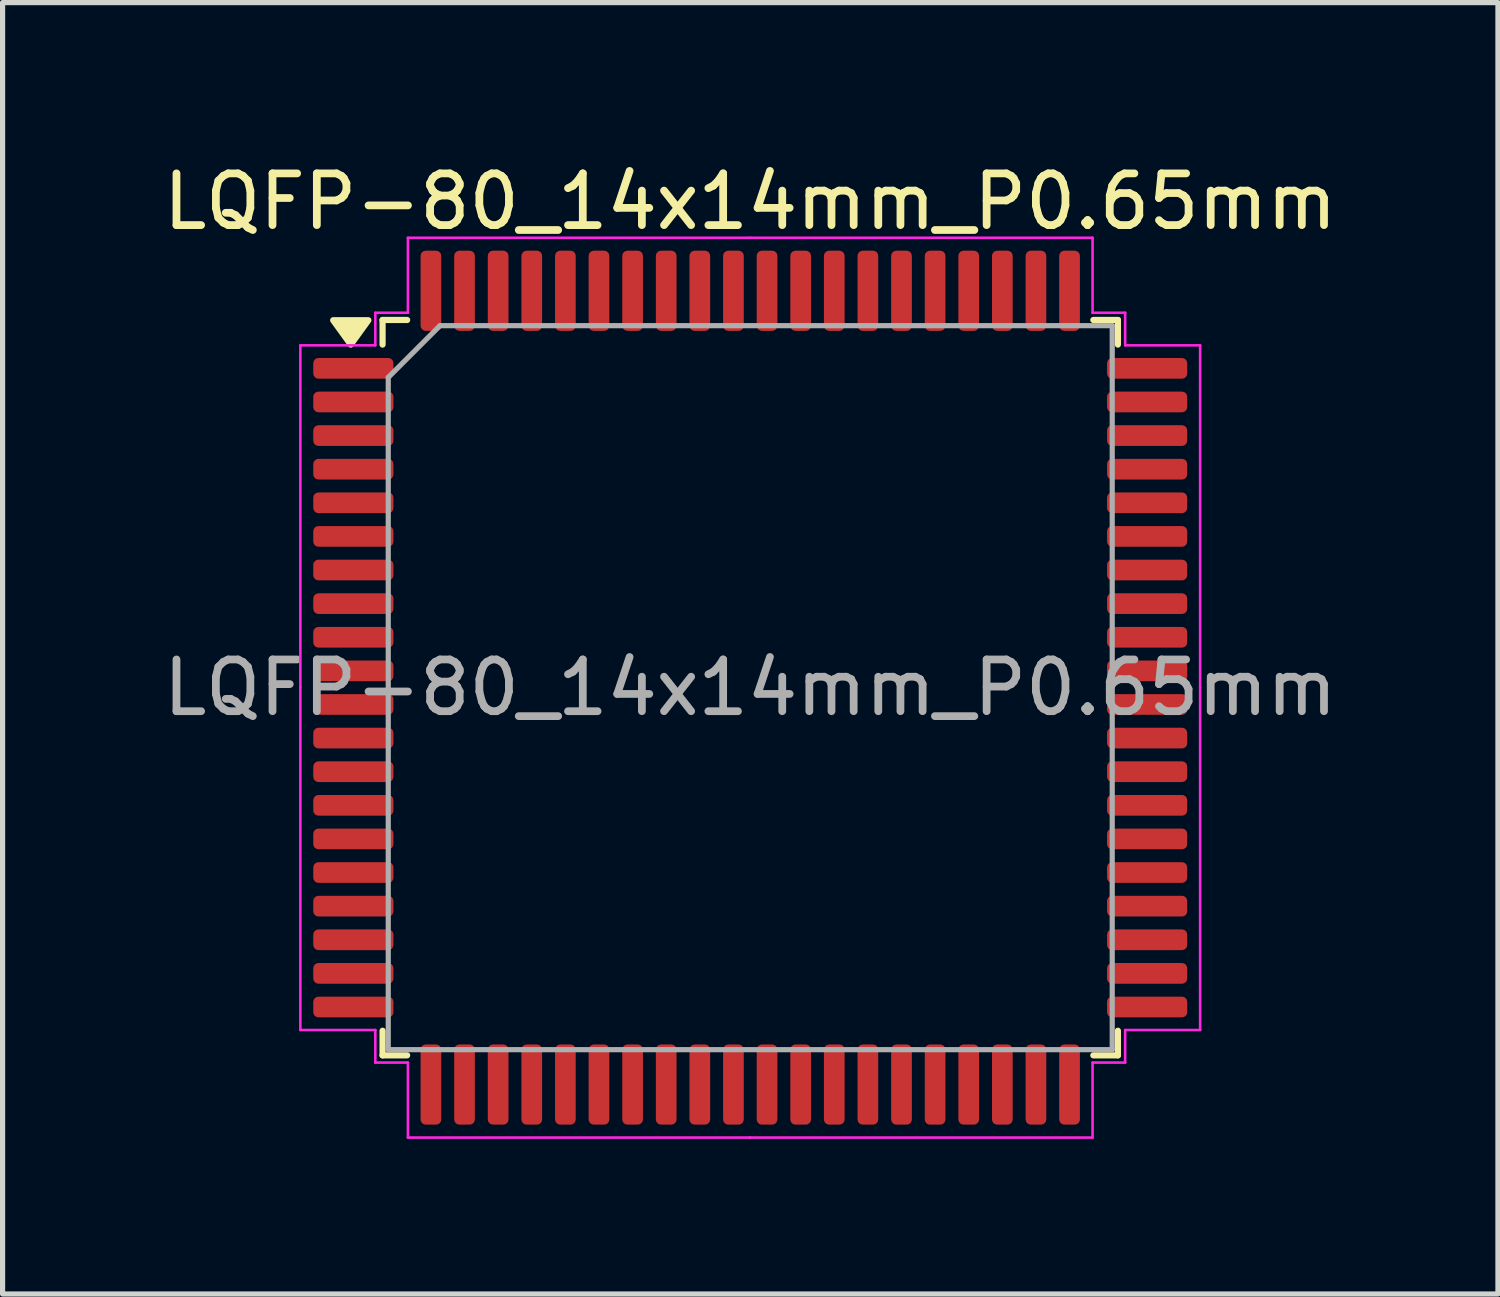
<source format=kicad_pcb>
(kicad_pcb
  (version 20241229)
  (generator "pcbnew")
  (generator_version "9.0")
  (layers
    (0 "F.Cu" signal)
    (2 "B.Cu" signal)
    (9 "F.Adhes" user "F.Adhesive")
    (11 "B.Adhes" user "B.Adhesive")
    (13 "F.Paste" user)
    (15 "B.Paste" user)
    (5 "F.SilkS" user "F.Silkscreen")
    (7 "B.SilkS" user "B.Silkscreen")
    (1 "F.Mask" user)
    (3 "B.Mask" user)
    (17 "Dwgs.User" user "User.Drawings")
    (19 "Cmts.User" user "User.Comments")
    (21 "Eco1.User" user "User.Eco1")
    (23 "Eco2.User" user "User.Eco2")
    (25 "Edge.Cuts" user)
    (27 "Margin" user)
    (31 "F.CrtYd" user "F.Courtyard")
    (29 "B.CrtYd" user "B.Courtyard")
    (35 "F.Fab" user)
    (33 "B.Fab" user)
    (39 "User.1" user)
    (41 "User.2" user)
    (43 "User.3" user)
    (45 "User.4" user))
  (footprint "LQFP-80_14x14mm_P0.65mm"
    (layer "F.Cu")
    (at 11.458 10.248)
    (property "Reference" "LQFP-80_14x14mm_P0.65mm" (at 0 -9.4 0) (layer "F.SilkS") (effects (font (size 1 1) (thickness 0.15))))
    (attr smd)
    (fp_line (start -7.11 -7.11) (end -7.11 -6.635) (stroke (width 0.12) (type solid)) (layer "F.SilkS"))
    (fp_line (start -7.11 7.11) (end -7.11 6.635) (stroke (width 0.12) (type solid)) (layer "F.SilkS"))
    (fp_line (start -6.635 -7.11) (end -7.11 -7.11) (stroke (width 0.12) (type solid)) (layer "F.SilkS"))
    (fp_line (start -6.635 7.11) (end -7.11 7.11) (stroke (width 0.12) (type solid)) (layer "F.SilkS"))
    (fp_line (start 6.635 -7.11) (end 7.11 -7.11) (stroke (width 0.12) (type solid)) (layer "F.SilkS"))
    (fp_line (start 6.635 7.11) (end 7.11 7.11) (stroke (width 0.12) (type solid)) (layer "F.SilkS"))
    (fp_line (start 7.11 -7.11) (end 7.11 -6.635) (stroke (width 0.12) (type solid)) (layer "F.SilkS"))
    (fp_line (start 7.11 7.11) (end 7.11 6.635) (stroke (width 0.12) (type solid)) (layer "F.SilkS"))
    (fp_poly (pts (xy -7.725 -6.635) (xy -8.065 -7.105) (xy -7.385 -7.105) (xy -7.725 -6.635)) (stroke (width 0.12) (type solid)) (fill yes) (layer "F.SilkS"))
    (fp_line (start -8.7 -6.62) (end -8.7 0) (stroke (width 0.05) (type solid)) (layer "F.CrtYd"))
    (fp_line (start -8.7 6.62) (end -8.7 0) (stroke (width 0.05) (type solid)) (layer "F.CrtYd"))
    (fp_line (start -7.25 -7.25) (end -7.25 -6.62) (stroke (width 0.05) (type solid)) (layer "F.CrtYd"))
    (fp_line (start -7.25 -6.62) (end -8.7 -6.62) (stroke (width 0.05) (type solid)) (layer "F.CrtYd"))
    (fp_line (start -7.25 6.62) (end -8.7 6.62) (stroke (width 0.05) (type solid)) (layer "F.CrtYd"))
    (fp_line (start -7.25 7.25) (end -7.25 6.62) (stroke (width 0.05) (type solid)) (layer "F.CrtYd"))
    (fp_line (start -6.62 -8.7) (end -6.62 -7.25) (stroke (width 0.05) (type solid)) (layer "F.CrtYd"))
    (fp_line (start -6.62 -7.25) (end -7.25 -7.25) (stroke (width 0.05) (type solid)) (layer "F.CrtYd"))
    (fp_line (start -6.62 7.25) (end -7.25 7.25) (stroke (width 0.05) (type solid)) (layer "F.CrtYd"))
    (fp_line (start -6.62 8.7) (end -6.62 7.25) (stroke (width 0.05) (type solid)) (layer "F.CrtYd"))
    (fp_line (start 0 -8.7) (end -6.62 -8.7) (stroke (width 0.05) (type solid)) (layer "F.CrtYd"))
    (fp_line (start 0 -8.7) (end 6.62 -8.7) (stroke (width 0.05) (type solid)) (layer "F.CrtYd"))
    (fp_line (start 0 8.7) (end -6.62 8.7) (stroke (width 0.05) (type solid)) (layer "F.CrtYd"))
    (fp_line (start 0 8.7) (end 6.62 8.7) (stroke (width 0.05) (type solid)) (layer "F.CrtYd"))
    (fp_line (start 6.62 -8.7) (end 6.62 -7.25) (stroke (width 0.05) (type solid)) (layer "F.CrtYd"))
    (fp_line (start 6.62 -7.25) (end 7.25 -7.25) (stroke (width 0.05) (type solid)) (layer "F.CrtYd"))
    (fp_line (start 6.62 7.25) (end 7.25 7.25) (stroke (width 0.05) (type solid)) (layer "F.CrtYd"))
    (fp_line (start 6.62 8.7) (end 6.62 7.25) (stroke (width 0.05) (type solid)) (layer "F.CrtYd"))
    (fp_line (start 7.25 -7.25) (end 7.25 -6.62) (stroke (width 0.05) (type solid)) (layer "F.CrtYd"))
    (fp_line (start 7.25 -6.62) (end 8.7 -6.62) (stroke (width 0.05) (type solid)) (layer "F.CrtYd"))
    (fp_line (start 7.25 6.62) (end 8.7 6.62) (stroke (width 0.05) (type solid)) (layer "F.CrtYd"))
    (fp_line (start 7.25 7.25) (end 7.25 6.62) (stroke (width 0.05) (type solid)) (layer "F.CrtYd"))
    (fp_line (start 8.7 -6.62) (end 8.7 0) (stroke (width 0.05) (type solid)) (layer "F.CrtYd"))
    (fp_line (start 8.7 6.62) (end 8.7 0) (stroke (width 0.05) (type solid)) (layer "F.CrtYd"))
    (fp_line (start -7 -6) (end -6 -7) (stroke (width 0.1) (type solid)) (layer "F.Fab"))
    (fp_line (start -7 7) (end -7 -6) (stroke (width 0.1) (type solid)) (layer "F.Fab"))
    (fp_line (start -6 -7) (end 7 -7) (stroke (width 0.1) (type solid)) (layer "F.Fab"))
    (fp_line (start 7 -7) (end 7 7) (stroke (width 0.1) (type solid)) (layer "F.Fab"))
    (fp_line (start 7 7) (end -7 7) (stroke (width 0.1) (type solid)) (layer "F.Fab"))
    (fp_text user "${REFERENCE}" (at 0 0 0) (layer "F.Fab") (effects (font (size 1 1) (thickness 0.15))))
    (pad "1" smd roundrect (at -7.675 -6.175) (size 1.55 0.4) (layers "F.Cu" "F.Mask" "F.Paste") (roundrect_rratio 0.25))
    (pad "2" smd roundrect (at -7.675 -5.525) (size 1.55 0.4) (layers "F.Cu" "F.Mask" "F.Paste") (roundrect_rratio 0.25))
    (pad "3" smd roundrect (at -7.675 -4.875) (size 1.55 0.4) (layers "F.Cu" "F.Mask" "F.Paste") (roundrect_rratio 0.25))
    (pad "4" smd roundrect (at -7.675 -4.225) (size 1.55 0.4) (layers "F.Cu" "F.Mask" "F.Paste") (roundrect_rratio 0.25))
    (pad "5" smd roundrect (at -7.675 -3.575) (size 1.55 0.4) (layers "F.Cu" "F.Mask" "F.Paste") (roundrect_rratio 0.25))
    (pad "6" smd roundrect (at -7.675 -2.925) (size 1.55 0.4) (layers "F.Cu" "F.Mask" "F.Paste") (roundrect_rratio 0.25))
    (pad "7" smd roundrect (at -7.675 -2.275) (size 1.55 0.4) (layers "F.Cu" "F.Mask" "F.Paste") (roundrect_rratio 0.25))
    (pad "8" smd roundrect (at -7.675 -1.625) (size 1.55 0.4) (layers "F.Cu" "F.Mask" "F.Paste") (roundrect_rratio 0.25))
    (pad "9" smd roundrect (at -7.675 -0.975) (size 1.55 0.4) (layers "F.Cu" "F.Mask" "F.Paste") (roundrect_rratio 0.25))
    (pad "10" smd roundrect (at -7.675 -0.325) (size 1.55 0.4) (layers "F.Cu" "F.Mask" "F.Paste") (roundrect_rratio 0.25))
    (pad "11" smd roundrect (at -7.675 0.325) (size 1.55 0.4) (layers "F.Cu" "F.Mask" "F.Paste") (roundrect_rratio 0.25))
    (pad "12" smd roundrect (at -7.675 0.975) (size 1.55 0.4) (layers "F.Cu" "F.Mask" "F.Paste") (roundrect_rratio 0.25))
    (pad "13" smd roundrect (at -7.675 1.625) (size 1.55 0.4) (layers "F.Cu" "F.Mask" "F.Paste") (roundrect_rratio 0.25))
    (pad "14" smd roundrect (at -7.675 2.275) (size 1.55 0.4) (layers "F.Cu" "F.Mask" "F.Paste") (roundrect_rratio 0.25))
    (pad "15" smd roundrect (at -7.675 2.925) (size 1.55 0.4) (layers "F.Cu" "F.Mask" "F.Paste") (roundrect_rratio 0.25))
    (pad "16" smd roundrect (at -7.675 3.575) (size 1.55 0.4) (layers "F.Cu" "F.Mask" "F.Paste") (roundrect_rratio 0.25))
    (pad "17" smd roundrect (at -7.675 4.225) (size 1.55 0.4) (layers "F.Cu" "F.Mask" "F.Paste") (roundrect_rratio 0.25))
    (pad "18" smd roundrect (at -7.675 4.875) (size 1.55 0.4) (layers "F.Cu" "F.Mask" "F.Paste") (roundrect_rratio 0.25))
    (pad "19" smd roundrect (at -7.675 5.525) (size 1.55 0.4) (layers "F.Cu" "F.Mask" "F.Paste") (roundrect_rratio 0.25))
    (pad "20" smd roundrect (at -7.675 6.175) (size 1.55 0.4) (layers "F.Cu" "F.Mask" "F.Paste") (roundrect_rratio 0.25))
    (pad "21" smd roundrect (at -6.175 7.675) (size 0.4 1.55) (layers "F.Cu" "F.Mask" "F.Paste") (roundrect_rratio 0.25))
    (pad "22" smd roundrect (at -5.525 7.675) (size 0.4 1.55) (layers "F.Cu" "F.Mask" "F.Paste") (roundrect_rratio 0.25))
    (pad "23" smd roundrect (at -4.875 7.675) (size 0.4 1.55) (layers "F.Cu" "F.Mask" "F.Paste") (roundrect_rratio 0.25))
    (pad "24" smd roundrect (at -4.225 7.675) (size 0.4 1.55) (layers "F.Cu" "F.Mask" "F.Paste") (roundrect_rratio 0.25))
    (pad "25" smd roundrect (at -3.575 7.675) (size 0.4 1.55) (layers "F.Cu" "F.Mask" "F.Paste") (roundrect_rratio 0.25))
    (pad "26" smd roundrect (at -2.925 7.675) (size 0.4 1.55) (layers "F.Cu" "F.Mask" "F.Paste") (roundrect_rratio 0.25))
    (pad "27" smd roundrect (at -2.275 7.675) (size 0.4 1.55) (layers "F.Cu" "F.Mask" "F.Paste") (roundrect_rratio 0.25))
    (pad "28" smd roundrect (at -1.625 7.675) (size 0.4 1.55) (layers "F.Cu" "F.Mask" "F.Paste") (roundrect_rratio 0.25))
    (pad "29" smd roundrect (at -0.975 7.675) (size 0.4 1.55) (layers "F.Cu" "F.Mask" "F.Paste") (roundrect_rratio 0.25))
    (pad "30" smd roundrect (at -0.325 7.675) (size 0.4 1.55) (layers "F.Cu" "F.Mask" "F.Paste") (roundrect_rratio 0.25))
    (pad "31" smd roundrect (at 0.325 7.675) (size 0.4 1.55) (layers "F.Cu" "F.Mask" "F.Paste") (roundrect_rratio 0.25))
    (pad "32" smd roundrect (at 0.975 7.675) (size 0.4 1.55) (layers "F.Cu" "F.Mask" "F.Paste") (roundrect_rratio 0.25))
    (pad "33" smd roundrect (at 1.625 7.675) (size 0.4 1.55) (layers "F.Cu" "F.Mask" "F.Paste") (roundrect_rratio 0.25))
    (pad "34" smd roundrect (at 2.275 7.675) (size 0.4 1.55) (layers "F.Cu" "F.Mask" "F.Paste") (roundrect_rratio 0.25))
    (pad "35" smd roundrect (at 2.925 7.675) (size 0.4 1.55) (layers "F.Cu" "F.Mask" "F.Paste") (roundrect_rratio 0.25))
    (pad "36" smd roundrect (at 3.575 7.675) (size 0.4 1.55) (layers "F.Cu" "F.Mask" "F.Paste") (roundrect_rratio 0.25))
    (pad "37" smd roundrect (at 4.225 7.675) (size 0.4 1.55) (layers "F.Cu" "F.Mask" "F.Paste") (roundrect_rratio 0.25))
    (pad "38" smd roundrect (at 4.875 7.675) (size 0.4 1.55) (layers "F.Cu" "F.Mask" "F.Paste") (roundrect_rratio 0.25))
    (pad "39" smd roundrect (at 5.525 7.675) (size 0.4 1.55) (layers "F.Cu" "F.Mask" "F.Paste") (roundrect_rratio 0.25))
    (pad "40" smd roundrect (at 6.175 7.675) (size 0.4 1.55) (layers "F.Cu" "F.Mask" "F.Paste") (roundrect_rratio 0.25))
    (pad "41" smd roundrect (at 7.675 6.175) (size 1.55 0.4) (layers "F.Cu" "F.Mask" "F.Paste") (roundrect_rratio 0.25))
    (pad "42" smd roundrect (at 7.675 5.525) (size 1.55 0.4) (layers "F.Cu" "F.Mask" "F.Paste") (roundrect_rratio 0.25))
    (pad "43" smd roundrect (at 7.675 4.875) (size 1.55 0.4) (layers "F.Cu" "F.Mask" "F.Paste") (roundrect_rratio 0.25))
    (pad "44" smd roundrect (at 7.675 4.225) (size 1.55 0.4) (layers "F.Cu" "F.Mask" "F.Paste") (roundrect_rratio 0.25))
    (pad "45" smd roundrect (at 7.675 3.575) (size 1.55 0.4) (layers "F.Cu" "F.Mask" "F.Paste") (roundrect_rratio 0.25))
    (pad "46" smd roundrect (at 7.675 2.925) (size 1.55 0.4) (layers "F.Cu" "F.Mask" "F.Paste") (roundrect_rratio 0.25))
    (pad "47" smd roundrect (at 7.675 2.275) (size 1.55 0.4) (layers "F.Cu" "F.Mask" "F.Paste") (roundrect_rratio 0.25))
    (pad "48" smd roundrect (at 7.675 1.625) (size 1.55 0.4) (layers "F.Cu" "F.Mask" "F.Paste") (roundrect_rratio 0.25))
    (pad "49" smd roundrect (at 7.675 0.975) (size 1.55 0.4) (layers "F.Cu" "F.Mask" "F.Paste") (roundrect_rratio 0.25))
    (pad "50" smd roundrect (at 7.675 0.325) (size 1.55 0.4) (layers "F.Cu" "F.Mask" "F.Paste") (roundrect_rratio 0.25))
    (pad "51" smd roundrect (at 7.675 -0.325) (size 1.55 0.4) (layers "F.Cu" "F.Mask" "F.Paste") (roundrect_rratio 0.25))
    (pad "52" smd roundrect (at 7.675 -0.975) (size 1.55 0.4) (layers "F.Cu" "F.Mask" "F.Paste") (roundrect_rratio 0.25))
    (pad "53" smd roundrect (at 7.675 -1.625) (size 1.55 0.4) (layers "F.Cu" "F.Mask" "F.Paste") (roundrect_rratio 0.25))
    (pad "54" smd roundrect (at 7.675 -2.275) (size 1.55 0.4) (layers "F.Cu" "F.Mask" "F.Paste") (roundrect_rratio 0.25))
    (pad "55" smd roundrect (at 7.675 -2.925) (size 1.55 0.4) (layers "F.Cu" "F.Mask" "F.Paste") (roundrect_rratio 0.25))
    (pad "56" smd roundrect (at 7.675 -3.575) (size 1.55 0.4) (layers "F.Cu" "F.Mask" "F.Paste") (roundrect_rratio 0.25))
    (pad "57" smd roundrect (at 7.675 -4.225) (size 1.55 0.4) (layers "F.Cu" "F.Mask" "F.Paste") (roundrect_rratio 0.25))
    (pad "58" smd roundrect (at 7.675 -4.875) (size 1.55 0.4) (layers "F.Cu" "F.Mask" "F.Paste") (roundrect_rratio 0.25))
    (pad "59" smd roundrect (at 7.675 -5.525) (size 1.55 0.4) (layers "F.Cu" "F.Mask" "F.Paste") (roundrect_rratio 0.25))
    (pad "60" smd roundrect (at 7.675 -6.175) (size 1.55 0.4) (layers "F.Cu" "F.Mask" "F.Paste") (roundrect_rratio 0.25))
    (pad "61" smd roundrect (at 6.175 -7.675) (size 0.4 1.55) (layers "F.Cu" "F.Mask" "F.Paste") (roundrect_rratio 0.25))
    (pad "62" smd roundrect (at 5.525 -7.675) (size 0.4 1.55) (layers "F.Cu" "F.Mask" "F.Paste") (roundrect_rratio 0.25))
    (pad "63" smd roundrect (at 4.875 -7.675) (size 0.4 1.55) (layers "F.Cu" "F.Mask" "F.Paste") (roundrect_rratio 0.25))
    (pad "64" smd roundrect (at 4.225 -7.675) (size 0.4 1.55) (layers "F.Cu" "F.Mask" "F.Paste") (roundrect_rratio 0.25))
    (pad "65" smd roundrect (at 3.575 -7.675) (size 0.4 1.55) (layers "F.Cu" "F.Mask" "F.Paste") (roundrect_rratio 0.25))
    (pad "66" smd roundrect (at 2.925 -7.675) (size 0.4 1.55) (layers "F.Cu" "F.Mask" "F.Paste") (roundrect_rratio 0.25))
    (pad "67" smd roundrect (at 2.275 -7.675) (size 0.4 1.55) (layers "F.Cu" "F.Mask" "F.Paste") (roundrect_rratio 0.25))
    (pad "68" smd roundrect (at 1.625 -7.675) (size 0.4 1.55) (layers "F.Cu" "F.Mask" "F.Paste") (roundrect_rratio 0.25))
    (pad "69" smd roundrect (at 0.975 -7.675) (size 0.4 1.55) (layers "F.Cu" "F.Mask" "F.Paste") (roundrect_rratio 0.25))
    (pad "70" smd roundrect (at 0.325 -7.675) (size 0.4 1.55) (layers "F.Cu" "F.Mask" "F.Paste") (roundrect_rratio 0.25))
    (pad "71" smd roundrect (at -0.325 -7.675) (size 0.4 1.55) (layers "F.Cu" "F.Mask" "F.Paste") (roundrect_rratio 0.25))
    (pad "72" smd roundrect (at -0.975 -7.675) (size 0.4 1.55) (layers "F.Cu" "F.Mask" "F.Paste") (roundrect_rratio 0.25))
    (pad "73" smd roundrect (at -1.625 -7.675) (size 0.4 1.55) (layers "F.Cu" "F.Mask" "F.Paste") (roundrect_rratio 0.25))
    (pad "74" smd roundrect (at -2.275 -7.675) (size 0.4 1.55) (layers "F.Cu" "F.Mask" "F.Paste") (roundrect_rratio 0.25))
    (pad "75" smd roundrect (at -2.925 -7.675) (size 0.4 1.55) (layers "F.Cu" "F.Mask" "F.Paste") (roundrect_rratio 0.25))
    (pad "76" smd roundrect (at -3.575 -7.675) (size 0.4 1.55) (layers "F.Cu" "F.Mask" "F.Paste") (roundrect_rratio 0.25))
    (pad "77" smd roundrect (at -4.225 -7.675) (size 0.4 1.55) (layers "F.Cu" "F.Mask" "F.Paste") (roundrect_rratio 0.25))
    (pad "78" smd roundrect (at -4.875 -7.675) (size 0.4 1.55) (layers "F.Cu" "F.Mask" "F.Paste") (roundrect_rratio 0.25))
    (pad "79" smd roundrect (at -5.525 -7.675) (size 0.4 1.55) (layers "F.Cu" "F.Mask" "F.Paste") (roundrect_rratio 0.25))
    (pad "80" smd roundrect (at -6.175 -7.675) (size 0.4 1.55) (layers "F.Cu" "F.Mask" "F.Paste") (roundrect_rratio 0.25)))
  (gr_rect
    (start -3 -3)
    (end 25.917 21.973)
    (stroke (width 0.1) (type default))
    (fill no)
    (layer "Edge.Cuts")))
</source>
